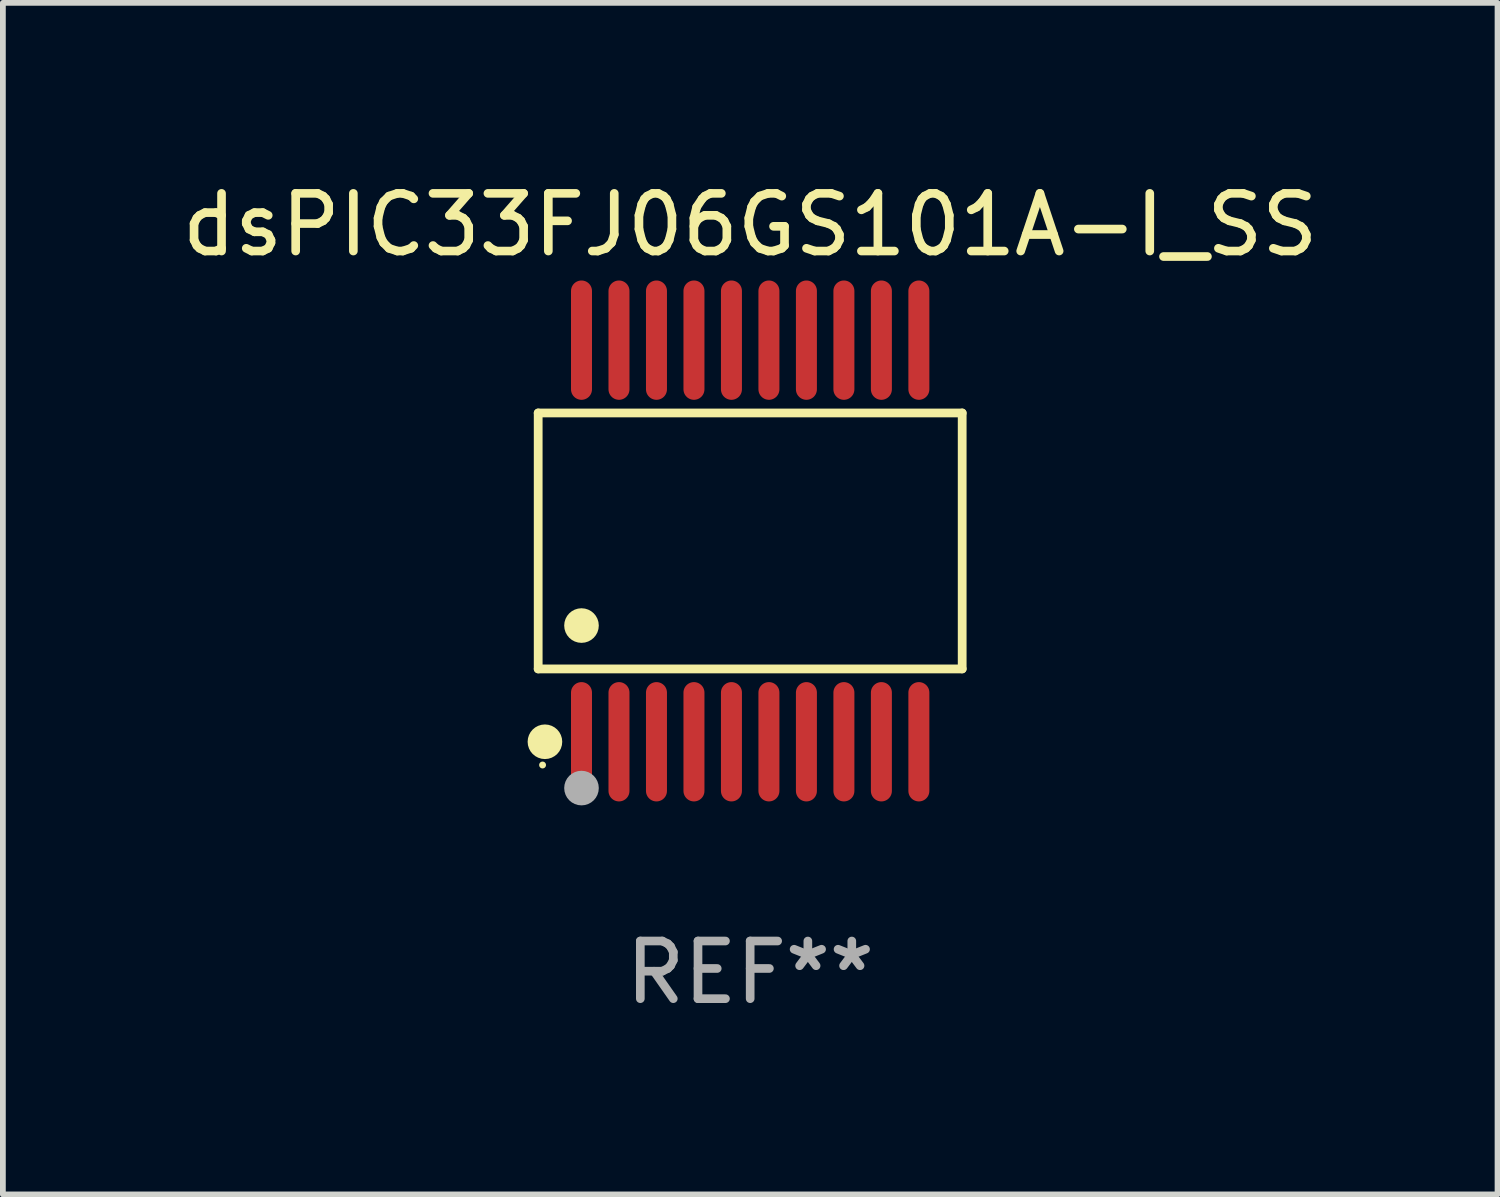
<source format=kicad_pcb>
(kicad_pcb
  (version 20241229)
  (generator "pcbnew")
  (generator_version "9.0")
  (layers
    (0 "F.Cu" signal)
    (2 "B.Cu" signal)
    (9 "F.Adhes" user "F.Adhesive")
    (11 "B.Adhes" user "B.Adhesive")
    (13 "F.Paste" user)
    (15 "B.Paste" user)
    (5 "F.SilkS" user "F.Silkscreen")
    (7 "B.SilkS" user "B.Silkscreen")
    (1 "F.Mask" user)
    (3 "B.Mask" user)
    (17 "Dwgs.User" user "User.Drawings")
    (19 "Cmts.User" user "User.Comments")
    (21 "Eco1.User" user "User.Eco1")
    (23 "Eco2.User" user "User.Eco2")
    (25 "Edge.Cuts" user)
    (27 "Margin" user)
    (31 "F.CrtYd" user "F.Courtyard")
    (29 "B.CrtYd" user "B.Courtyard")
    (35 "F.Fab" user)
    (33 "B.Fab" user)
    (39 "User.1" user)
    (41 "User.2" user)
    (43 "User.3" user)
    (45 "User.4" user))
  (footprint "dsPIC33FJ06GS101A-I_SS"
    (layer "F.Cu")
    (at 9.958 6.33)
    (property "Reference" "dsPIC33FJ06GS101A-I_SS" (at 0 -5.482 0) (layer "F.SilkS") (effects (font (size 1 1) (thickness 0.15))))
    (attr through_hole)
    (fp_line (start -3.676 -2.219) (end 3.676 -2.219) (stroke (width 0.152) (type solid)) (layer "F.SilkS"))
    (fp_line (start -3.676 2.219) (end -3.676 -2.219) (stroke (width 0.152) (type solid)) (layer "F.SilkS"))
    (fp_line (start 3.676 -2.219) (end 3.676 2.219) (stroke (width 0.152) (type solid)) (layer "F.SilkS"))
    (fp_line (start 3.676 2.219) (end -3.676 2.219) (stroke (width 0.152) (type solid)) (layer "F.SilkS"))
    (fp_circle (center -3.6 3.885) (end -3.57 3.885) (stroke (width 0.06) (type solid)) (fill no) (layer "F.SilkS"))
    (fp_circle (center -3.559 3.482) (end -3.409 3.482) (stroke (width 0.3) (type solid)) (fill no) (layer "F.SilkS"))
    (fp_circle (center -2.925 1.467) (end -2.775 1.467) (stroke (width 0.3) (type solid)) (fill no) (layer "F.SilkS"))
    (fp_circle (center -2.925 4.285) (end -2.775 4.285) (stroke (width 0.3) (type solid)) (fill no) (layer "F.Fab"))
    (fp_text user "REF**" (at 0 7.482 0) (layer "F.Fab") (effects (font (size 1 1) (thickness 0.15))))
    (pad "1" smd oval (at -2.925 3.482) (size 0.364 2.069) (layers "F.Cu" "F.Mask" "F.Paste"))
    (pad "2" smd oval (at -2.275 3.482) (size 0.364 2.069) (layers "F.Cu" "F.Mask" "F.Paste"))
    (pad "3" smd oval (at -1.625 3.482) (size 0.364 2.069) (layers "F.Cu" "F.Mask" "F.Paste"))
    (pad "4" smd oval (at -0.975 3.482) (size 0.364 2.069) (layers "F.Cu" "F.Mask" "F.Paste"))
    (pad "5" smd oval (at -0.325 3.482) (size 0.364 2.069) (layers "F.Cu" "F.Mask" "F.Paste"))
    (pad "6" smd oval (at 0.325 3.482) (size 0.364 2.069) (layers "F.Cu" "F.Mask" "F.Paste"))
    (pad "7" smd oval (at 0.975 3.482) (size 0.364 2.069) (layers "F.Cu" "F.Mask" "F.Paste"))
    (pad "8" smd oval (at 1.625 3.482) (size 0.364 2.069) (layers "F.Cu" "F.Mask" "F.Paste"))
    (pad "9" smd oval (at 2.275 3.482) (size 0.364 2.069) (layers "F.Cu" "F.Mask" "F.Paste"))
    (pad "10" smd oval (at 2.925 3.482) (size 0.364 2.069) (layers "F.Cu" "F.Mask" "F.Paste"))
    (pad "11" smd oval (at 2.925 -3.482) (size 0.364 2.069) (layers "F.Cu" "F.Mask" "F.Paste"))
    (pad "12" smd oval (at 2.275 -3.482) (size 0.364 2.069) (layers "F.Cu" "F.Mask" "F.Paste"))
    (pad "13" smd oval (at 1.625 -3.482) (size 0.364 2.069) (layers "F.Cu" "F.Mask" "F.Paste"))
    (pad "14" smd oval (at 0.975 -3.482) (size 0.364 2.069) (layers "F.Cu" "F.Mask" "F.Paste"))
    (pad "15" smd oval (at 0.325 -3.482) (size 0.364 2.069) (layers "F.Cu" "F.Mask" "F.Paste"))
    (pad "16" smd oval (at -0.325 -3.482) (size 0.364 2.069) (layers "F.Cu" "F.Mask" "F.Paste"))
    (pad "17" smd oval (at -0.975 -3.482) (size 0.364 2.069) (layers "F.Cu" "F.Mask" "F.Paste"))
    (pad "18" smd oval (at -1.625 -3.482) (size 0.364 2.069) (layers "F.Cu" "F.Mask" "F.Paste"))
    (pad "19" smd oval (at -2.275 -3.482) (size 0.364 2.069) (layers "F.Cu" "F.Mask" "F.Paste"))
    (pad "20" smd oval (at -2.925 -3.482) (size 0.364 2.069) (layers "F.Cu" "F.Mask" "F.Paste")))
  (gr_rect
    (start -3 -3)
    (end 22.917 17.661)
    (stroke (width 0.1) (type default))
    (fill no)
    (layer "Edge.Cuts")))
</source>
